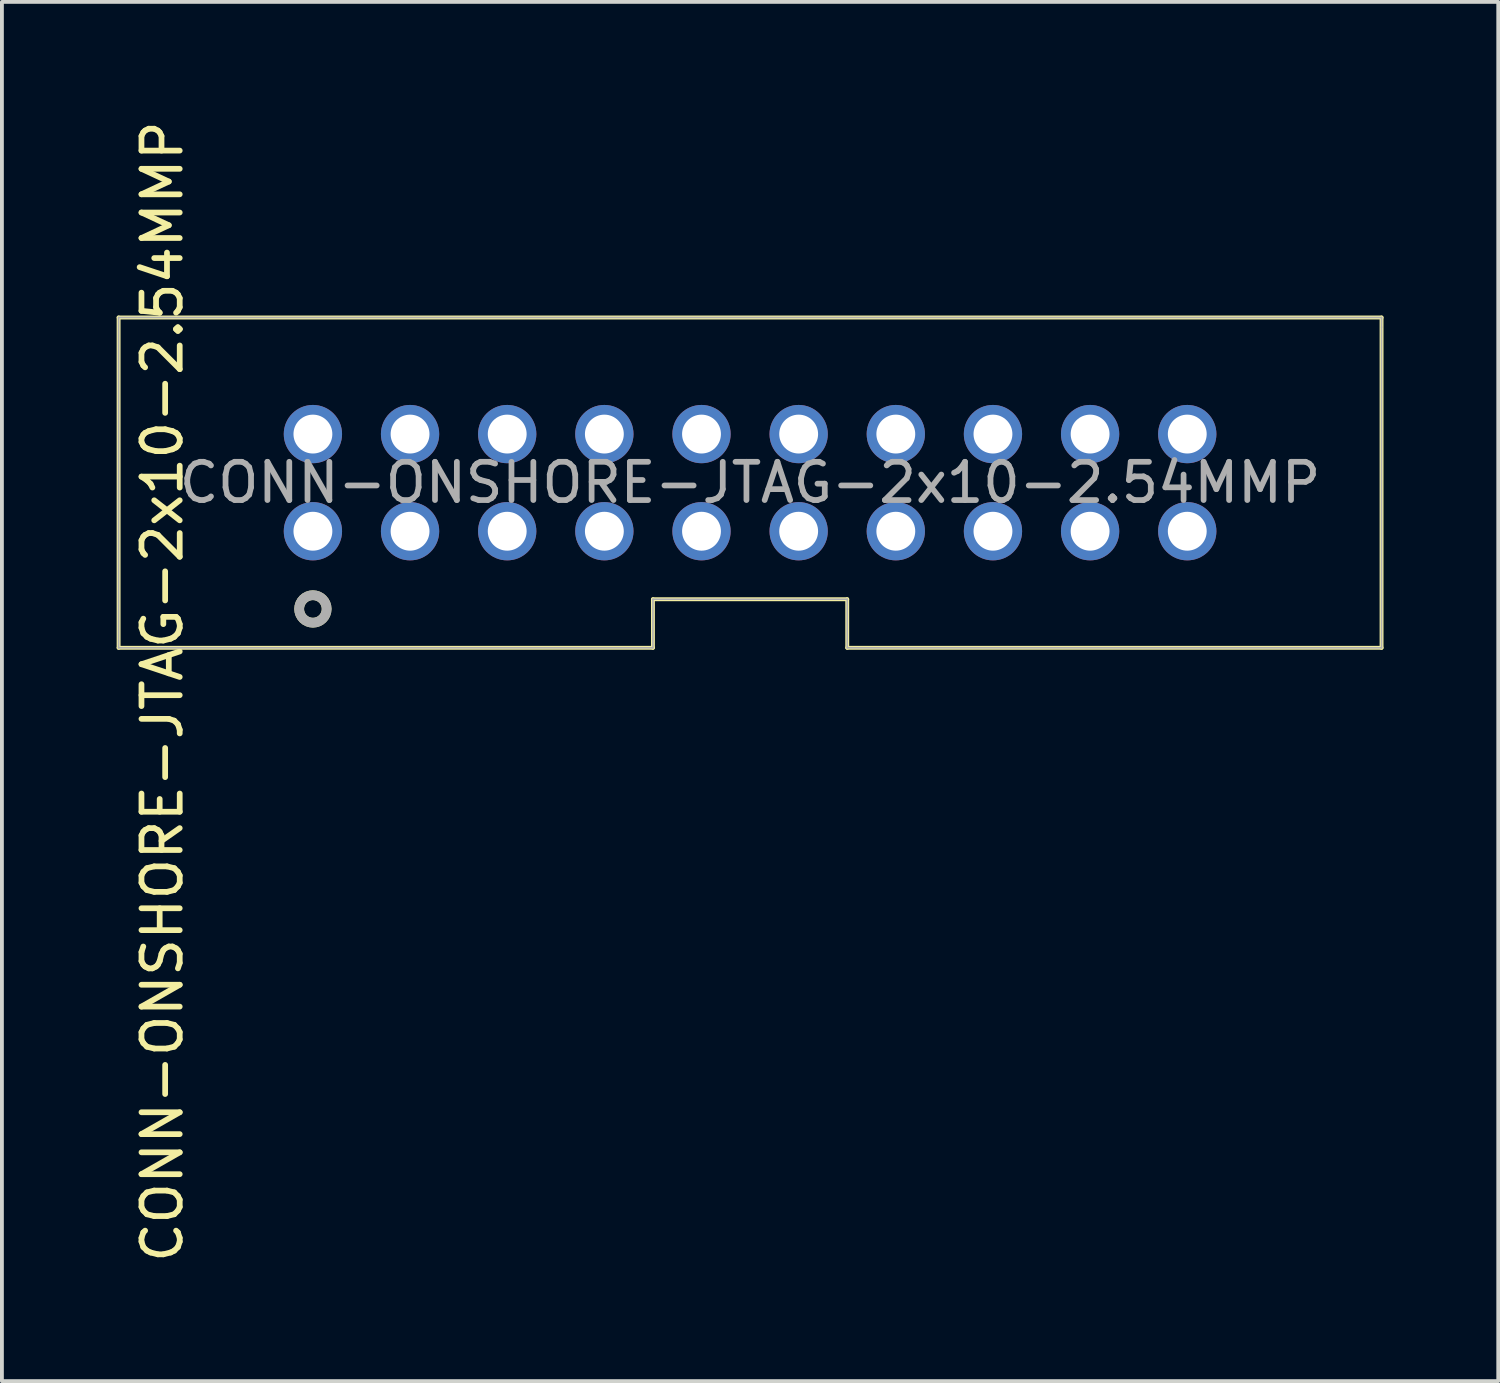
<source format=kicad_pcb>
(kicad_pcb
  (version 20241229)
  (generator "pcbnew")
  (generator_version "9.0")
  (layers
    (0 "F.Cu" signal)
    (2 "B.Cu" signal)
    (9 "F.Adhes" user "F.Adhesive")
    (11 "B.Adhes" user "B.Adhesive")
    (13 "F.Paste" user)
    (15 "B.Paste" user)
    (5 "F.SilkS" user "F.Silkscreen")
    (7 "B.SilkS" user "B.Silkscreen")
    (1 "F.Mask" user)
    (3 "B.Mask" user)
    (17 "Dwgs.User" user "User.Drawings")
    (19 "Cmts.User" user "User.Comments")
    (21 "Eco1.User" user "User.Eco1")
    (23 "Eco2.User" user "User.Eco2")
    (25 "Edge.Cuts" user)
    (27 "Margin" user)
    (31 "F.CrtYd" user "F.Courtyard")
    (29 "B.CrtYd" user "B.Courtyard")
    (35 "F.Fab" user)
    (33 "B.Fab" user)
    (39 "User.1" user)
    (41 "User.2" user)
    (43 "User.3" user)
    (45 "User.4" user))
  (footprint "CONN-ONSHORE-JTAG-2x10-2.54MMP"
    (layer "F.Cu")
    (at 10.211 9.569)
    (property "Reference" "CONN-ONSHORE-JTAG-2x10-2.54MMP" (at 6.35 0 0) (layer "F.Fab") (effects (font (size 1 1) (thickness 0.15))))
    (attr smd)
    (fp_line (start -10.16 4.318) (end -10.16 -4.318) (stroke (width 0.102) (type solid)) (layer "F.SilkS"))
    (fp_line (start -10.16 4.318) (end 3.81 4.318) (stroke (width 0.102) (type solid)) (layer "F.SilkS"))
    (fp_line (start 3.81 3.048) (end 8.89 3.048) (stroke (width 0.102) (type solid)) (layer "F.SilkS"))
    (fp_line (start 3.81 4.318) (end 3.81 3.048) (stroke (width 0.102) (type solid)) (layer "F.SilkS"))
    (fp_line (start 8.89 3.048) (end 8.89 4.318) (stroke (width 0.102) (type solid)) (layer "F.SilkS"))
    (fp_line (start 8.89 4.318) (end 22.86 4.318) (stroke (width 0.102) (type solid)) (layer "F.SilkS"))
    (fp_line (start 22.86 -4.318) (end -10.16 -4.318) (stroke (width 0.102) (type solid)) (layer "F.SilkS"))
    (fp_line (start 22.86 4.318) (end 22.86 -4.318) (stroke (width 0.102) (type solid)) (layer "F.SilkS"))
    (fp_circle (center -5.08 3.302) (end -4.826 3.556) (stroke (width 0.254) (type solid)) (fill no) (layer "F.SilkS"))
    (fp_line (start -10.16 -4.318) (end -10.16 4.318) (stroke (width 0.041) (type solid)) (layer "F.Fab"))
    (fp_line (start -10.16 4.318) (end 3.81 4.318) (stroke (width 0.041) (type solid)) (layer "F.Fab"))
    (fp_line (start 3.81 3.048) (end 8.89 3.048) (stroke (width 0.041) (type solid)) (layer "F.Fab"))
    (fp_line (start 3.81 4.318) (end 3.81 3.048) (stroke (width 0.041) (type solid)) (layer "F.Fab"))
    (fp_line (start 8.89 3.048) (end 8.89 4.318) (stroke (width 0.041) (type solid)) (layer "F.Fab"))
    (fp_line (start 8.89 4.318) (end 22.86 4.318) (stroke (width 0.041) (type solid)) (layer "F.Fab"))
    (fp_line (start 22.86 -4.318) (end -10.16 -4.318) (stroke (width 0.041) (type solid)) (layer "F.Fab"))
    (fp_line (start 22.86 -4.064) (end 22.86 -4.318) (stroke (width 0.041) (type solid)) (layer "F.Fab"))
    (fp_line (start 22.86 4.318) (end 22.86 -4.064) (stroke (width 0.041) (type solid)) (layer "F.Fab"))
    (fp_circle (center -5.08 3.302) (end -4.826 3.556) (stroke (width 0.254) (type solid)) (fill no) (layer "F.Fab"))
    (fp_text user "${REFERENCE}" (at -9.017 5.461 90) (layer "F.SilkS") (effects (font (size 1 1) (thickness 0.15))))
    (pad "1" thru_hole circle (at -5.08 1.27) (size 1.524 1.524) (drill 1.016) (layers "*.Cu" "*.Mask"))
    (pad "2" thru_hole circle (at -5.08 -1.27) (size 1.524 1.524) (drill 1.016) (layers "*.Cu" "*.Mask"))
    (pad "3" thru_hole circle (at -2.54 1.27) (size 1.524 1.524) (drill 1.016) (layers "*.Cu" "*.Mask"))
    (pad "4" thru_hole circle (at -2.54 -1.27) (size 1.524 1.524) (drill 1.016) (layers "*.Cu" "*.Mask"))
    (pad "5" thru_hole circle (at 0 1.27) (size 1.524 1.524) (drill 1.016) (layers "*.Cu" "*.Mask"))
    (pad "6" thru_hole circle (at 0 -1.27) (size 1.524 1.524) (drill 1.016) (layers "*.Cu" "*.Mask"))
    (pad "7" thru_hole circle (at 2.54 1.27) (size 1.524 1.524) (drill 1.016) (layers "*.Cu" "*.Mask"))
    (pad "8" thru_hole circle (at 2.54 -1.27) (size 1.524 1.524) (drill 1.016) (layers "*.Cu" "*.Mask"))
    (pad "9" thru_hole circle (at 5.08 1.27) (size 1.524 1.524) (drill 1.016) (layers "*.Cu" "*.Mask"))
    (pad "10" thru_hole circle (at 5.08 -1.27) (size 1.524 1.524) (drill 1.016) (layers "*.Cu" "*.Mask"))
    (pad "11" thru_hole circle (at 7.62 1.27) (size 1.524 1.524) (drill 1.016) (layers "*.Cu" "*.Mask"))
    (pad "12" thru_hole circle (at 7.62 -1.27) (size 1.524 1.524) (drill 1.016) (layers "*.Cu" "*.Mask"))
    (pad "13" thru_hole circle (at 10.16 1.27) (size 1.524 1.524) (drill 1.016) (layers "*.Cu" "*.Mask"))
    (pad "14" thru_hole circle (at 10.16 -1.27) (size 1.524 1.524) (drill 1.016) (layers "*.Cu" "*.Mask"))
    (pad "15" thru_hole circle (at 12.7 1.27) (size 1.524 1.524) (drill 1.016) (layers "*.Cu" "*.Mask"))
    (pad "16" thru_hole circle (at 12.7 -1.27) (size 1.524 1.524) (drill 1.016) (layers "*.Cu" "*.Mask"))
    (pad "17" thru_hole circle (at 15.24 1.27) (size 1.524 1.524) (drill 1.016) (layers "*.Cu" "*.Mask"))
    (pad "18" thru_hole circle (at 15.24 -1.27) (size 1.524 1.524) (drill 1.016) (layers "*.Cu" "*.Mask"))
    (pad "19" thru_hole circle (at 17.78 1.27) (size 1.524 1.524) (drill 1.016) (layers "*.Cu" "*.Mask"))
    (pad "20" thru_hole circle (at 17.78 -1.27) (size 1.524 1.524) (drill 1.016) (layers "*.Cu" "*.Mask")))
  (gr_rect
    (start -3 -3)
    (end 36.122 33.06)
    (stroke (width 0.1) (type default))
    (fill no)
    (layer "Edge.Cuts")))
</source>
